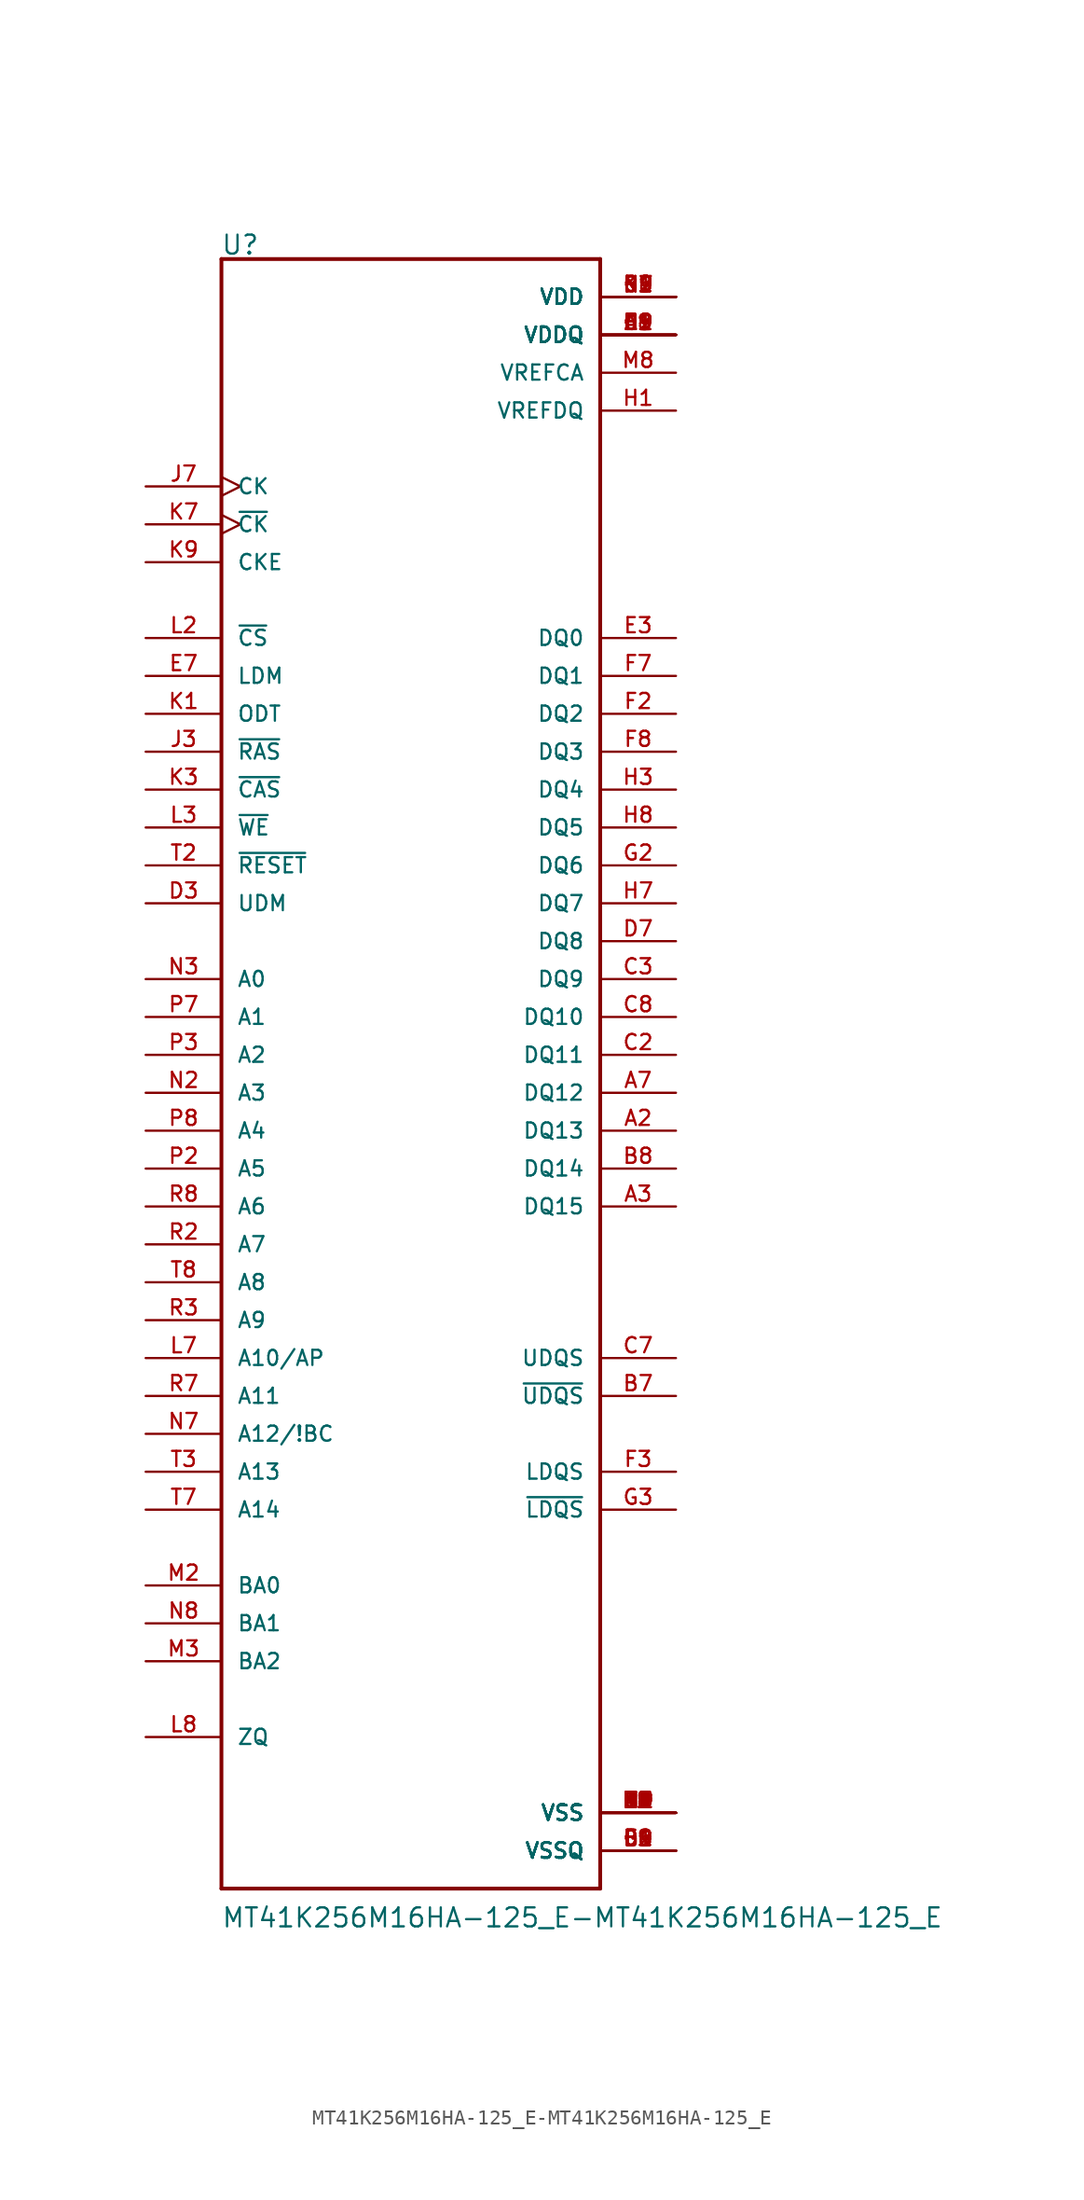
<source format=kicad_sym>
(kicad_symbol_lib
  (version 20231120)
  (generator "kicad_symbol_editor")
  (generator_version "8.0")
  (symbol "MT41K256M16HA-125_E-MT41K256M16HA-125_E"
    (pin_names
      (offset 1.016))
    (property "Reference" "U"
      (at -12.751 56.083 0)
      (effects (font (size 1.27 1.27)) (justify left bottom)))
    (property "Value" "MT41K256M16HA-125_E-MT41K256M16HA-125_E"
      (at -12.725 -56.032 0)
      (effects (font (size 1.27 1.27)) (justify left bottom)))
    (property "ki_locked" ""
      (at 0 0 0)
      (effects (font (size 1.27 1.27))))
    (symbol "MT41K256M16HA-125_E-MT41K256M16HA-125_E_0_0"
      (polyline (pts (xy -12.7 -53.34) (xy -12.7 55.88)) (stroke (width 0.254) (type solid)) (fill (type none)))
      (polyline (pts (xy -12.7 55.88) (xy 12.7 55.88)) (stroke (width 0.254) (type solid)) (fill (type none)))
      (polyline (pts (xy 12.7 -53.34) (xy -12.7 -53.34)) (stroke (width 0.254) (type solid)) (fill (type none)))
      (polyline (pts (xy 12.7 55.88) (xy 12.7 -53.34)) (stroke (width 0.254) (type solid)) (fill (type none)))
      (pin power_in line (at 17.78 50.8 180) (length 5.08) (name "VDDQ" (effects (font (size 1.016 1.016)))) (number "A1" (effects (font (size 1.016 1.016)))))
      (pin bidirectional line (at 17.78 -2.54 180) (length 5.08) (name "DQ13" (effects (font (size 1.016 1.016)))) (number "A2" (effects (font (size 1.016 1.016)))))
      (pin bidirectional line (at 17.78 -7.62 180) (length 5.08) (name "DQ15" (effects (font (size 1.016 1.016)))) (number "A3" (effects (font (size 1.016 1.016)))))
      (pin bidirectional line (at 17.78 0 180) (length 5.08) (name "DQ12" (effects (font (size 1.016 1.016)))) (number "A7" (effects (font (size 1.016 1.016)))))
      (pin power_in line (at 17.78 50.8 180) (length 5.08) (name "VDDQ" (effects (font (size 1.016 1.016)))) (number "A8" (effects (font (size 1.016 1.016)))))
      (pin power_in line (at 17.78 -48.26 180) (length 5.08) (name "VSS" (effects (font (size 1.016 1.016)))) (number "A9" (effects (font (size 1.016 1.016)))))
      (pin power_in line (at 17.78 -50.8 180) (length 5.08) (name "VSSQ" (effects (font (size 1.016 1.016)))) (number "B1" (effects (font (size 1.016 1.016)))))
      (pin power_in line (at 17.78 53.34 180) (length 5.08) (name "VDD" (effects (font (size 1.016 1.016)))) (number "B2" (effects (font (size 1.016 1.016)))))
      (pin power_in line (at 17.78 -48.26 180) (length 5.08) (name "VSS" (effects (font (size 1.016 1.016)))) (number "B3" (effects (font (size 1.016 1.016)))))
      (pin bidirectional line (at 17.78 -20.32 180) (length 5.08) (name "~{UDQS}" (effects (font (size 1.016 1.016)))) (number "B7" (effects (font (size 1.016 1.016)))))
      (pin bidirectional line (at 17.78 -5.08 180) (length 5.08) (name "DQ14" (effects (font (size 1.016 1.016)))) (number "B8" (effects (font (size 1.016 1.016)))))
      (pin power_in line (at 17.78 -50.8 180) (length 5.08) (name "VSSQ" (effects (font (size 1.016 1.016)))) (number "B9" (effects (font (size 1.016 1.016)))))
      (pin power_in line (at 17.78 50.8 180) (length 5.08) (name "VDDQ" (effects (font (size 1.016 1.016)))) (number "C1" (effects (font (size 1.016 1.016)))))
      (pin bidirectional line (at 17.78 2.54 180) (length 5.08) (name "DQ11" (effects (font (size 1.016 1.016)))) (number "C2" (effects (font (size 1.016 1.016)))))
      (pin bidirectional line (at 17.78 7.62 180) (length 5.08) (name "DQ9" (effects (font (size 1.016 1.016)))) (number "C3" (effects (font (size 1.016 1.016)))))
      (pin bidirectional line (at 17.78 -17.78 180) (length 5.08) (name "UDQS" (effects (font (size 1.016 1.016)))) (number "C7" (effects (font (size 1.016 1.016)))))
      (pin bidirectional line (at 17.78 5.08 180) (length 5.08) (name "DQ10" (effects (font (size 1.016 1.016)))) (number "C8" (effects (font (size 1.016 1.016)))))
      (pin power_in line (at 17.78 50.8 180) (length 5.08) (name "VDDQ" (effects (font (size 1.016 1.016)))) (number "C9" (effects (font (size 1.016 1.016)))))
      (pin power_in line (at 17.78 -50.8 180) (length 5.08) (name "VSSQ" (effects (font (size 1.016 1.016)))) (number "D1" (effects (font (size 1.016 1.016)))))
      (pin power_in line (at 17.78 50.8 180) (length 5.08) (name "VDDQ" (effects (font (size 1.016 1.016)))) (number "D2" (effects (font (size 1.016 1.016)))))
      (pin input line (at -17.78 12.7 0) (length 5.08) (name "UDM" (effects (font (size 1.016 1.016)))) (number "D3" (effects (font (size 1.016 1.016)))))
      (pin bidirectional line (at 17.78 10.16 180) (length 5.08) (name "DQ8" (effects (font (size 1.016 1.016)))) (number "D7" (effects (font (size 1.016 1.016)))))
      (pin power_in line (at 17.78 -50.8 180) (length 5.08) (name "VSSQ" (effects (font (size 1.016 1.016)))) (number "D8" (effects (font (size 1.016 1.016)))))
      (pin power_in line (at 17.78 53.34 180) (length 5.08) (name "VDD" (effects (font (size 1.016 1.016)))) (number "D9" (effects (font (size 1.016 1.016)))))
      (pin power_in line (at 17.78 -48.26 180) (length 5.08) (name "VSS" (effects (font (size 1.016 1.016)))) (number "E1" (effects (font (size 1.016 1.016)))))
      (pin power_in line (at 17.78 -50.8 180) (length 5.08) (name "VSSQ" (effects (font (size 1.016 1.016)))) (number "E2" (effects (font (size 1.016 1.016)))))
      (pin bidirectional line (at 17.78 30.48 180) (length 5.08) (name "DQ0" (effects (font (size 1.016 1.016)))) (number "E3" (effects (font (size 1.016 1.016)))))
      (pin input line (at -17.78 27.94 0) (length 5.08) (name "LDM" (effects (font (size 1.016 1.016)))) (number "E7" (effects (font (size 1.016 1.016)))))
      (pin power_in line (at 17.78 -50.8 180) (length 5.08) (name "VSSQ" (effects (font (size 1.016 1.016)))) (number "E8" (effects (font (size 1.016 1.016)))))
      (pin power_in line (at 17.78 50.8 180) (length 5.08) (name "VDDQ" (effects (font (size 1.016 1.016)))) (number "E9" (effects (font (size 1.016 1.016)))))
      (pin power_in line (at 17.78 50.8 180) (length 5.08) (name "VDDQ" (effects (font (size 1.016 1.016)))) (number "F1" (effects (font (size 1.016 1.016)))))
      (pin bidirectional line (at 17.78 25.4 180) (length 5.08) (name "DQ2" (effects (font (size 1.016 1.016)))) (number "F2" (effects (font (size 1.016 1.016)))))
      (pin bidirectional line (at 17.78 -25.4 180) (length 5.08) (name "LDQS" (effects (font (size 1.016 1.016)))) (number "F3" (effects (font (size 1.016 1.016)))))
      (pin bidirectional line (at 17.78 27.94 180) (length 5.08) (name "DQ1" (effects (font (size 1.016 1.016)))) (number "F7" (effects (font (size 1.016 1.016)))))
      (pin bidirectional line (at 17.78 22.86 180) (length 5.08) (name "DQ3" (effects (font (size 1.016 1.016)))) (number "F8" (effects (font (size 1.016 1.016)))))
      (pin power_in line (at 17.78 -50.8 180) (length 5.08) (name "VSSQ" (effects (font (size 1.016 1.016)))) (number "F9" (effects (font (size 1.016 1.016)))))
      (pin power_in line (at 17.78 -50.8 180) (length 5.08) (name "VSSQ" (effects (font (size 1.016 1.016)))) (number "G1" (effects (font (size 1.016 1.016)))))
      (pin bidirectional line (at 17.78 15.24 180) (length 5.08) (name "DQ6" (effects (font (size 1.016 1.016)))) (number "G2" (effects (font (size 1.016 1.016)))))
      (pin bidirectional line (at 17.78 -27.94 180) (length 5.08) (name "~{LDQS}" (effects (font (size 1.016 1.016)))) (number "G3" (effects (font (size 1.016 1.016)))))
      (pin power_in line (at 17.78 53.34 180) (length 5.08) (name "VDD" (effects (font (size 1.016 1.016)))) (number "G7" (effects (font (size 1.016 1.016)))))
      (pin power_in line (at 17.78 -48.26 180) (length 5.08) (name "VSS" (effects (font (size 1.016 1.016)))) (number "G8" (effects (font (size 1.016 1.016)))))
      (pin power_in line (at 17.78 -50.8 180) (length 5.08) (name "VSSQ" (effects (font (size 1.016 1.016)))) (number "G9" (effects (font (size 1.016 1.016)))))
      (pin power_in line (at 17.78 45.72 180) (length 5.08) (name "VREFDQ" (effects (font (size 1.016 1.016)))) (number "H1" (effects (font (size 1.016 1.016)))))
      (pin power_in line (at 17.78 50.8 180) (length 5.08) (name "VDDQ" (effects (font (size 1.016 1.016)))) (number "H2" (effects (font (size 1.016 1.016)))))
      (pin bidirectional line (at 17.78 20.32 180) (length 5.08) (name "DQ4" (effects (font (size 1.016 1.016)))) (number "H3" (effects (font (size 1.016 1.016)))))
      (pin bidirectional line (at 17.78 12.7 180) (length 5.08) (name "DQ7" (effects (font (size 1.016 1.016)))) (number "H7" (effects (font (size 1.016 1.016)))))
      (pin bidirectional line (at 17.78 17.78 180) (length 5.08) (name "DQ5" (effects (font (size 1.016 1.016)))) (number "H8" (effects (font (size 1.016 1.016)))))
      (pin power_in line (at 17.78 50.8 180) (length 5.08) (name "VDDQ" (effects (font (size 1.016 1.016)))) (number "H9" (effects (font (size 1.016 1.016)))))
      (pin power_in line (at 17.78 -48.26 180) (length 5.08) (name "VSS" (effects (font (size 1.016 1.016)))) (number "J2" (effects (font (size 1.016 1.016)))))
      (pin input line (at -17.78 22.86 0) (length 5.08) (name "~{RAS}" (effects (font (size 1.016 1.016)))) (number "J3" (effects (font (size 1.016 1.016)))))
      (pin input clock (at -17.78 40.64 0) (length 5.08) (name "CK" (effects (font (size 1.016 1.016)))) (number "J7" (effects (font (size 1.016 1.016)))))
      (pin power_in line (at 17.78 -48.26 180) (length 5.08) (name "VSS" (effects (font (size 1.016 1.016)))) (number "J8" (effects (font (size 1.016 1.016)))))
      (pin input line (at -17.78 25.4 0) (length 5.08) (name "ODT" (effects (font (size 1.016 1.016)))) (number "K1" (effects (font (size 1.016 1.016)))))
      (pin power_in line (at 17.78 53.34 180) (length 5.08) (name "VDD" (effects (font (size 1.016 1.016)))) (number "K2" (effects (font (size 1.016 1.016)))))
      (pin input line (at -17.78 20.32 0) (length 5.08) (name "~{CAS}" (effects (font (size 1.016 1.016)))) (number "K3" (effects (font (size 1.016 1.016)))))
      (pin input clock (at -17.78 38.1 0) (length 5.08) (name "~{CK}" (effects (font (size 1.016 1.016)))) (number "K7" (effects (font (size 1.016 1.016)))))
      (pin power_in line (at 17.78 53.34 180) (length 5.08) (name "VDD" (effects (font (size 1.016 1.016)))) (number "K8" (effects (font (size 1.016 1.016)))))
      (pin input line (at -17.78 35.56 0) (length 5.08) (name "CKE" (effects (font (size 1.016 1.016)))) (number "K9" (effects (font (size 1.016 1.016)))))
      (pin input line (at -17.78 30.48 0) (length 5.08) (name "~{CS}" (effects (font (size 1.016 1.016)))) (number "L2" (effects (font (size 1.016 1.016)))))
      (pin input line (at -17.78 17.78 0) (length 5.08) (name "~{WE}" (effects (font (size 1.016 1.016)))) (number "L3" (effects (font (size 1.016 1.016)))))
      (pin input line (at -17.78 -17.78 0) (length 5.08) (name "A10/AP" (effects (font (size 1.016 1.016)))) (number "L7" (effects (font (size 1.016 1.016)))))
      (pin passive line (at -17.78 -43.18 0) (length 5.08) (name "ZQ" (effects (font (size 1.016 1.016)))) (number "L8" (effects (font (size 1.016 1.016)))))
      (pin power_in line (at 17.78 -48.26 180) (length 5.08) (name "VSS" (effects (font (size 1.016 1.016)))) (number "M1" (effects (font (size 1.016 1.016)))))
      (pin input line (at -17.78 -33.02 0) (length 5.08) (name "BA0" (effects (font (size 1.016 1.016)))) (number "M2" (effects (font (size 1.016 1.016)))))
      (pin input line (at -17.78 -38.1 0) (length 5.08) (name "BA2" (effects (font (size 1.016 1.016)))) (number "M3" (effects (font (size 1.016 1.016)))))
      (pin power_in line (at 17.78 48.26 180) (length 5.08) (name "VREFCA" (effects (font (size 1.016 1.016)))) (number "M8" (effects (font (size 1.016 1.016)))))
      (pin power_in line (at 17.78 -48.26 180) (length 5.08) (name "VSS" (effects (font (size 1.016 1.016)))) (number "M9" (effects (font (size 1.016 1.016)))))
      (pin power_in line (at 17.78 53.34 180) (length 5.08) (name "VDD" (effects (font (size 1.016 1.016)))) (number "N1" (effects (font (size 1.016 1.016)))))
      (pin input line (at -17.78 0 0) (length 5.08) (name "A3" (effects (font (size 1.016 1.016)))) (number "N2" (effects (font (size 1.016 1.016)))))
      (pin input line (at -17.78 7.62 0) (length 5.08) (name "A0" (effects (font (size 1.016 1.016)))) (number "N3" (effects (font (size 1.016 1.016)))))
      (pin input line (at -17.78 -22.86 0) (length 5.08) (name "A12/!BC" (effects (font (size 1.016 1.016)))) (number "N7" (effects (font (size 1.016 1.016)))))
      (pin input line (at -17.78 -35.56 0) (length 5.08) (name "BA1" (effects (font (size 1.016 1.016)))) (number "N8" (effects (font (size 1.016 1.016)))))
      (pin power_in line (at 17.78 53.34 180) (length 5.08) (name "VDD" (effects (font (size 1.016 1.016)))) (number "N9" (effects (font (size 1.016 1.016)))))
      (pin power_in line (at 17.78 -48.26 180) (length 5.08) (name "VSS" (effects (font (size 1.016 1.016)))) (number "P1" (effects (font (size 1.016 1.016)))))
      (pin input line (at -17.78 -5.08 0) (length 5.08) (name "A5" (effects (font (size 1.016 1.016)))) (number "P2" (effects (font (size 1.016 1.016)))))
      (pin input line (at -17.78 2.54 0) (length 5.08) (name "A2" (effects (font (size 1.016 1.016)))) (number "P3" (effects (font (size 1.016 1.016)))))
      (pin input line (at -17.78 5.08 0) (length 5.08) (name "A1" (effects (font (size 1.016 1.016)))) (number "P7" (effects (font (size 1.016 1.016)))))
      (pin input line (at -17.78 -2.54 0) (length 5.08) (name "A4" (effects (font (size 1.016 1.016)))) (number "P8" (effects (font (size 1.016 1.016)))))
      (pin power_in line (at 17.78 -48.26 180) (length 5.08) (name "VSS" (effects (font (size 1.016 1.016)))) (number "P9" (effects (font (size 1.016 1.016)))))
      (pin power_in line (at 17.78 53.34 180) (length 5.08) (name "VDD" (effects (font (size 1.016 1.016)))) (number "R1" (effects (font (size 1.016 1.016)))))
      (pin input line (at -17.78 -10.16 0) (length 5.08) (name "A7" (effects (font (size 1.016 1.016)))) (number "R2" (effects (font (size 1.016 1.016)))))
      (pin input line (at -17.78 -15.24 0) (length 5.08) (name "A9" (effects (font (size 1.016 1.016)))) (number "R3" (effects (font (size 1.016 1.016)))))
      (pin input line (at -17.78 -20.32 0) (length 5.08) (name "A11" (effects (font (size 1.016 1.016)))) (number "R7" (effects (font (size 1.016 1.016)))))
      (pin input line (at -17.78 -7.62 0) (length 5.08) (name "A6" (effects (font (size 1.016 1.016)))) (number "R8" (effects (font (size 1.016 1.016)))))
      (pin power_in line (at 17.78 53.34 180) (length 5.08) (name "VDD" (effects (font (size 1.016 1.016)))) (number "R9" (effects (font (size 1.016 1.016)))))
      (pin power_in line (at 17.78 -48.26 180) (length 5.08) (name "VSS" (effects (font (size 1.016 1.016)))) (number "T1" (effects (font (size 1.016 1.016)))))
      (pin input line (at -17.78 15.24 0) (length 5.08) (name "~{RESET}" (effects (font (size 1.016 1.016)))) (number "T2" (effects (font (size 1.016 1.016)))))
      (pin input line (at -17.78 -25.4 0) (length 5.08) (name "A13" (effects (font (size 1.016 1.016)))) (number "T3" (effects (font (size 1.016 1.016)))))
      (pin input line (at -17.78 -27.94 0) (length 5.08) (name "A14" (effects (font (size 1.016 1.016)))) (number "T7" (effects (font (size 1.016 1.016)))))
      (pin input line (at -17.78 -12.7 0) (length 5.08) (name "A8" (effects (font (size 1.016 1.016)))) (number "T8" (effects (font (size 1.016 1.016)))))
      (pin power_in line (at 17.78 -48.26 180) (length 5.08) (name "VSS" (effects (font (size 1.016 1.016)))) (number "T9" (effects (font (size 1.016 1.016))))))))
</source>
